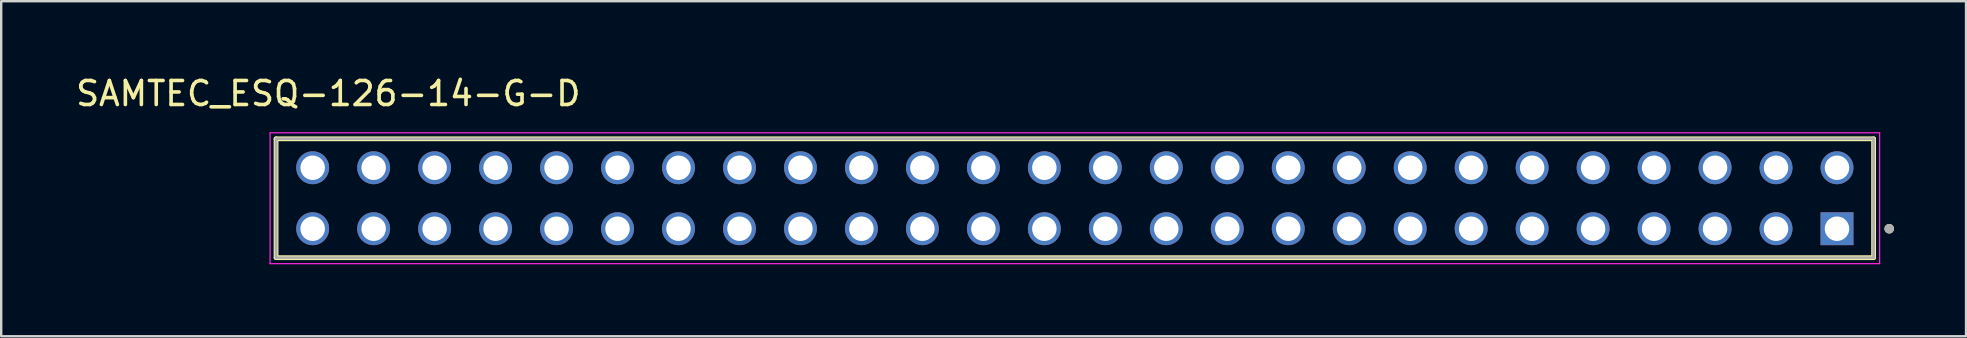
<source format=kicad_pcb>
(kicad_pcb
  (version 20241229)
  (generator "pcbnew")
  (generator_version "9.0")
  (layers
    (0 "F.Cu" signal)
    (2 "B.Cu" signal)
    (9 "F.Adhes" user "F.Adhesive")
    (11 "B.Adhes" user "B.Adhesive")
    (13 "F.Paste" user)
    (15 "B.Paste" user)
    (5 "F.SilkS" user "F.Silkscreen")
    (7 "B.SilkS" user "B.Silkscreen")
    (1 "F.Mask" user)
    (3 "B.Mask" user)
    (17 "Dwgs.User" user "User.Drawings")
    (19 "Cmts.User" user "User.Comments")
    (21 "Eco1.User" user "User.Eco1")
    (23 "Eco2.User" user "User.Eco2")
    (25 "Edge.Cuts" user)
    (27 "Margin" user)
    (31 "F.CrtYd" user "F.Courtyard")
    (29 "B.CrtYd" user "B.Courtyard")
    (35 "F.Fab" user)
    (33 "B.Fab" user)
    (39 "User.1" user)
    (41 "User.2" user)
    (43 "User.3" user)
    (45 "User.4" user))
  (footprint "SAMTEC_ESQ-126-14-G-D"
    (layer "F.Cu")
    (at 73.475 6.478)
    (property "Reference" "SAMTEC_ESQ-126-14-G-D" (at -62.85 -5.63 0) (layer "F.SilkS") (effects (font (size 1 1) (thickness 0.15))))
    (attr through_hole)
    (fp_line (start -65.025 1.205) (end -65.025 -3.745) (stroke (width 0.2) (type solid)) (layer "F.SilkS"))
    (fp_line (start 1.525 -3.745) (end -65.025 -3.745) (stroke (width 0.2) (type solid)) (layer "F.SilkS"))
    (fp_line (start 1.525 -3.745) (end 1.525 1.205) (stroke (width 0.2) (type solid)) (layer "F.SilkS"))
    (fp_line (start 1.525 1.205) (end -65.025 1.205) (stroke (width 0.2) (type solid)) (layer "F.SilkS"))
    (fp_circle (center 2.175 0) (end 2.275 0) (stroke (width 0.2) (type solid)) (fill no) (layer "F.SilkS"))
    (fp_line (start -65.275 -3.995) (end 1.775 -3.995) (stroke (width 0.05) (type solid)) (layer "F.CrtYd"))
    (fp_line (start -65.275 1.455) (end -65.275 -3.995) (stroke (width 0.05) (type solid)) (layer "F.CrtYd"))
    (fp_line (start 1.775 -3.995) (end 1.775 1.455) (stroke (width 0.05) (type solid)) (layer "F.CrtYd"))
    (fp_line (start 1.775 1.455) (end -65.275 1.455) (stroke (width 0.05) (type solid)) (layer "F.CrtYd"))
    (fp_line (start -65.025 -3.745) (end 1.525 -3.745) (stroke (width 0.1) (type solid)) (layer "F.Fab"))
    (fp_line (start -65.025 -3.745) (end 1.525 -3.745) (stroke (width 0.1) (type solid)) (layer "F.Fab"))
    (fp_line (start -65.025 1.205) (end -65.025 -3.745) (stroke (width 0.1) (type solid)) (layer "F.Fab"))
    (fp_line (start -65.025 1.205) (end -65.025 -3.745) (stroke (width 0.1) (type solid)) (layer "F.Fab"))
    (fp_line (start 1.525 -3.745) (end 1.525 1.205) (stroke (width 0.1) (type solid)) (layer "F.Fab"))
    (fp_line (start 1.525 -3.745) (end 1.525 1.205) (stroke (width 0.1) (type solid)) (layer "F.Fab"))
    (fp_line (start 1.525 1.205) (end -65.025 1.205) (stroke (width 0.1) (type solid)) (layer "F.Fab"))
    (fp_circle (center 2.175 0) (end 2.275 0) (stroke (width 0.2) (type solid)) (fill no) (layer "F.Fab"))
    (pad "01" thru_hole rect (at 0 0) (size 1.37 1.37) (drill 1.02) (layers "*.Cu" "*.Mask"))
    (pad "02" thru_hole circle (at 0 -2.54) (size 1.37 1.37) (drill 1.02) (layers "*.Cu" "*.Mask"))
    (pad "03" thru_hole circle (at -2.54 0) (size 1.37 1.37) (drill 1.02) (layers "*.Cu" "*.Mask"))
    (pad "04" thru_hole circle (at -2.54 -2.54) (size 1.37 1.37) (drill 1.02) (layers "*.Cu" "*.Mask"))
    (pad "05" thru_hole circle (at -5.08 0) (size 1.37 1.37) (drill 1.02) (layers "*.Cu" "*.Mask"))
    (pad "06" thru_hole circle (at -5.08 -2.54) (size 1.37 1.37) (drill 1.02) (layers "*.Cu" "*.Mask"))
    (pad "07" thru_hole circle (at -7.62 0) (size 1.37 1.37) (drill 1.02) (layers "*.Cu" "*.Mask"))
    (pad "08" thru_hole circle (at -7.62 -2.54) (size 1.37 1.37) (drill 1.02) (layers "*.Cu" "*.Mask"))
    (pad "09" thru_hole circle (at -10.16 0) (size 1.37 1.37) (drill 1.02) (layers "*.Cu" "*.Mask"))
    (pad "10" thru_hole circle (at -10.16 -2.54) (size 1.37 1.37) (drill 1.02) (layers "*.Cu" "*.Mask"))
    (pad "11" thru_hole circle (at -12.7 0) (size 1.37 1.37) (drill 1.02) (layers "*.Cu" "*.Mask"))
    (pad "12" thru_hole circle (at -12.7 -2.54) (size 1.37 1.37) (drill 1.02) (layers "*.Cu" "*.Mask"))
    (pad "13" thru_hole circle (at -15.24 0) (size 1.37 1.37) (drill 1.02) (layers "*.Cu" "*.Mask"))
    (pad "14" thru_hole circle (at -15.24 -2.54) (size 1.37 1.37) (drill 1.02) (layers "*.Cu" "*.Mask"))
    (pad "15" thru_hole circle (at -17.78 0) (size 1.37 1.37) (drill 1.02) (layers "*.Cu" "*.Mask"))
    (pad "16" thru_hole circle (at -17.78 -2.54) (size 1.37 1.37) (drill 1.02) (layers "*.Cu" "*.Mask"))
    (pad "17" thru_hole circle (at -20.32 0) (size 1.37 1.37) (drill 1.02) (layers "*.Cu" "*.Mask"))
    (pad "18" thru_hole circle (at -20.32 -2.54) (size 1.37 1.37) (drill 1.02) (layers "*.Cu" "*.Mask"))
    (pad "19" thru_hole circle (at -22.86 0) (size 1.37 1.37) (drill 1.02) (layers "*.Cu" "*.Mask"))
    (pad "20" thru_hole circle (at -22.86 -2.54) (size 1.37 1.37) (drill 1.02) (layers "*.Cu" "*.Mask"))
    (pad "21" thru_hole circle (at -25.4 0) (size 1.37 1.37) (drill 1.02) (layers "*.Cu" "*.Mask"))
    (pad "22" thru_hole circle (at -25.4 -2.54) (size 1.37 1.37) (drill 1.02) (layers "*.Cu" "*.Mask"))
    (pad "23" thru_hole circle (at -27.94 0) (size 1.37 1.37) (drill 1.02) (layers "*.Cu" "*.Mask"))
    (pad "24" thru_hole circle (at -27.94 -2.54) (size 1.37 1.37) (drill 1.02) (layers "*.Cu" "*.Mask"))
    (pad "25" thru_hole circle (at -30.48 0) (size 1.37 1.37) (drill 1.02) (layers "*.Cu" "*.Mask"))
    (pad "26" thru_hole circle (at -30.48 -2.54) (size 1.37 1.37) (drill 1.02) (layers "*.Cu" "*.Mask"))
    (pad "27" thru_hole circle (at -33.02 0) (size 1.37 1.37) (drill 1.02) (layers "*.Cu" "*.Mask"))
    (pad "28" thru_hole circle (at -33.02 -2.54) (size 1.37 1.37) (drill 1.02) (layers "*.Cu" "*.Mask"))
    (pad "29" thru_hole circle (at -35.56 0) (size 1.37 1.37) (drill 1.02) (layers "*.Cu" "*.Mask"))
    (pad "30" thru_hole circle (at -35.56 -2.54) (size 1.37 1.37) (drill 1.02) (layers "*.Cu" "*.Mask"))
    (pad "31" thru_hole circle (at -38.1 0) (size 1.37 1.37) (drill 1.02) (layers "*.Cu" "*.Mask"))
    (pad "32" thru_hole circle (at -38.1 -2.54) (size 1.37 1.37) (drill 1.02) (layers "*.Cu" "*.Mask"))
    (pad "33" thru_hole circle (at -40.64 0) (size 1.37 1.37) (drill 1.02) (layers "*.Cu" "*.Mask"))
    (pad "34" thru_hole circle (at -40.64 -2.54) (size 1.37 1.37) (drill 1.02) (layers "*.Cu" "*.Mask"))
    (pad "35" thru_hole circle (at -43.18 0) (size 1.37 1.37) (drill 1.02) (layers "*.Cu" "*.Mask"))
    (pad "36" thru_hole circle (at -43.18 -2.54) (size 1.37 1.37) (drill 1.02) (layers "*.Cu" "*.Mask"))
    (pad "37" thru_hole circle (at -45.72 0) (size 1.37 1.37) (drill 1.02) (layers "*.Cu" "*.Mask"))
    (pad "38" thru_hole circle (at -45.72 -2.54) (size 1.37 1.37) (drill 1.02) (layers "*.Cu" "*.Mask"))
    (pad "39" thru_hole circle (at -48.26 0) (size 1.37 1.37) (drill 1.02) (layers "*.Cu" "*.Mask"))
    (pad "40" thru_hole circle (at -48.26 -2.54) (size 1.37 1.37) (drill 1.02) (layers "*.Cu" "*.Mask"))
    (pad "41" thru_hole circle (at -50.8 0) (size 1.37 1.37) (drill 1.02) (layers "*.Cu" "*.Mask"))
    (pad "42" thru_hole circle (at -50.8 -2.54) (size 1.37 1.37) (drill 1.02) (layers "*.Cu" "*.Mask"))
    (pad "43" thru_hole circle (at -53.34 0) (size 1.37 1.37) (drill 1.02) (layers "*.Cu" "*.Mask"))
    (pad "44" thru_hole circle (at -53.34 -2.54) (size 1.37 1.37) (drill 1.02) (layers "*.Cu" "*.Mask"))
    (pad "45" thru_hole circle (at -55.88 0) (size 1.37 1.37) (drill 1.02) (layers "*.Cu" "*.Mask"))
    (pad "46" thru_hole circle (at -55.88 -2.54) (size 1.37 1.37) (drill 1.02) (layers "*.Cu" "*.Mask"))
    (pad "47" thru_hole circle (at -58.42 0) (size 1.37 1.37) (drill 1.02) (layers "*.Cu" "*.Mask"))
    (pad "48" thru_hole circle (at -58.42 -2.54) (size 1.37 1.37) (drill 1.02) (layers "*.Cu" "*.Mask"))
    (pad "49" thru_hole circle (at -60.96 0) (size 1.37 1.37) (drill 1.02) (layers "*.Cu" "*.Mask"))
    (pad "50" thru_hole circle (at -60.96 -2.54) (size 1.37 1.37) (drill 1.02) (layers "*.Cu" "*.Mask"))
    (pad "51" thru_hole circle (at -63.5 0) (size 1.37 1.37) (drill 1.02) (layers "*.Cu" "*.Mask"))
    (pad "52" thru_hole circle (at -63.5 -2.54) (size 1.37 1.37) (drill 1.02) (layers "*.Cu" "*.Mask")))
  (gr_rect
    (start -3 -3)
    (end 78.85 10.958)
    (stroke (width 0.1) (type default))
    (fill no)
    (layer "Edge.Cuts")))
</source>
